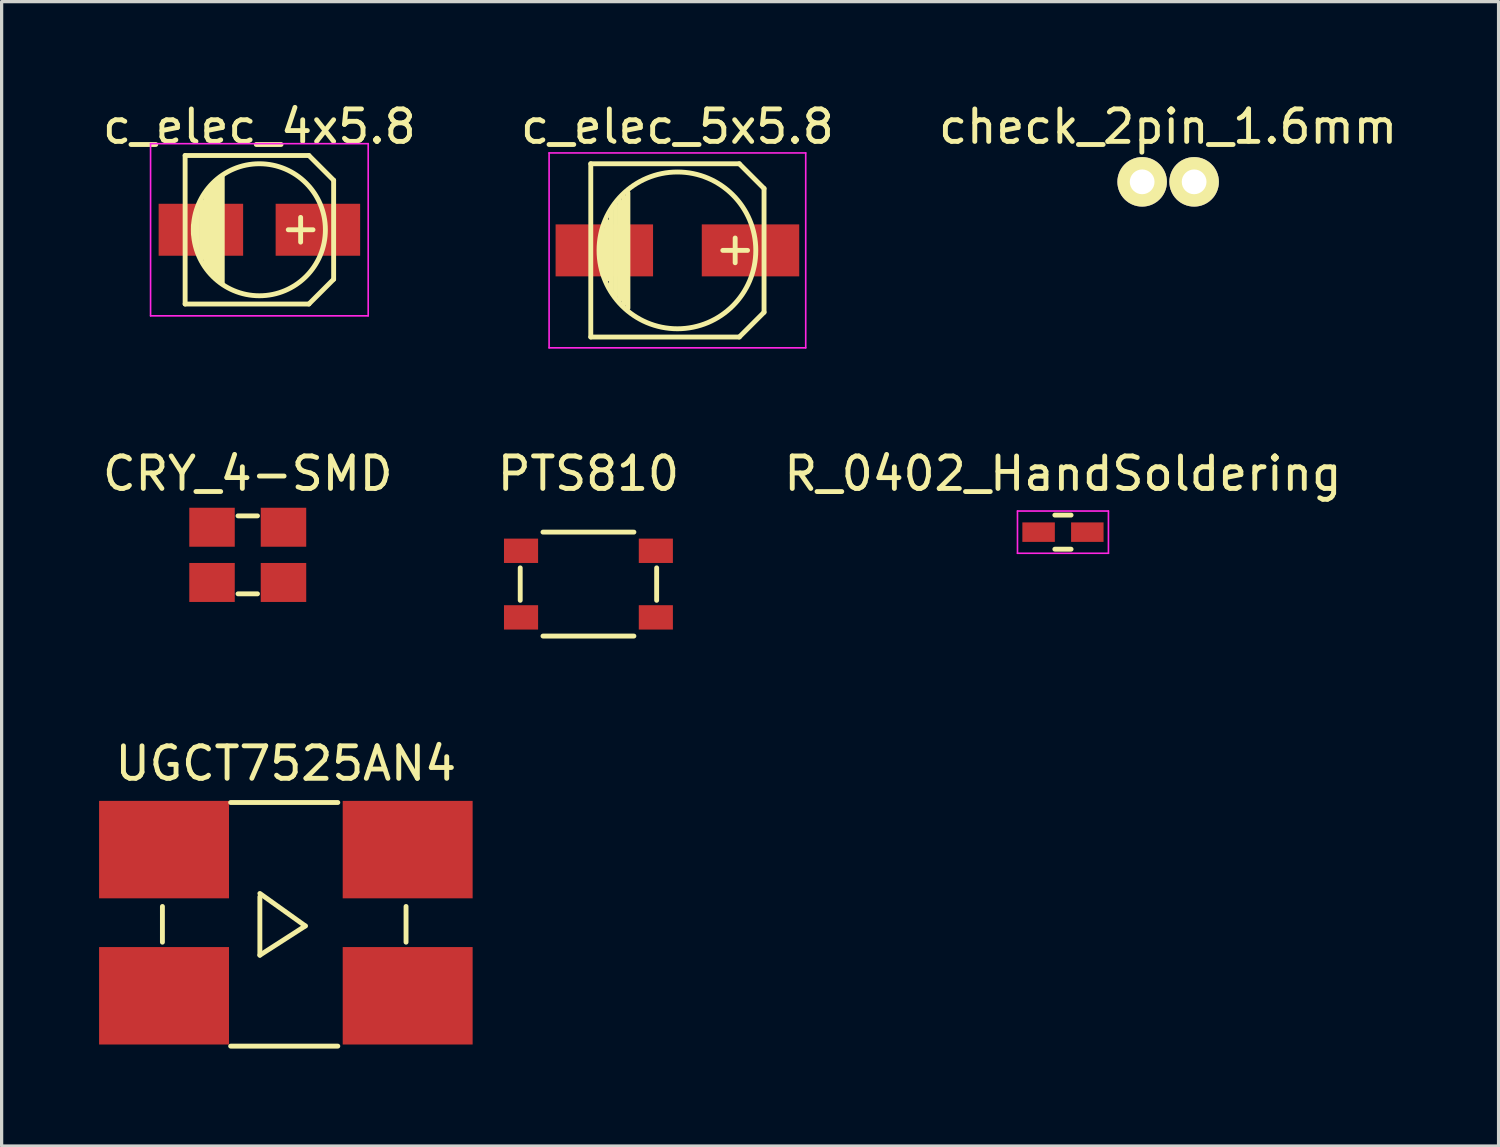
<source format=kicad_pcb>
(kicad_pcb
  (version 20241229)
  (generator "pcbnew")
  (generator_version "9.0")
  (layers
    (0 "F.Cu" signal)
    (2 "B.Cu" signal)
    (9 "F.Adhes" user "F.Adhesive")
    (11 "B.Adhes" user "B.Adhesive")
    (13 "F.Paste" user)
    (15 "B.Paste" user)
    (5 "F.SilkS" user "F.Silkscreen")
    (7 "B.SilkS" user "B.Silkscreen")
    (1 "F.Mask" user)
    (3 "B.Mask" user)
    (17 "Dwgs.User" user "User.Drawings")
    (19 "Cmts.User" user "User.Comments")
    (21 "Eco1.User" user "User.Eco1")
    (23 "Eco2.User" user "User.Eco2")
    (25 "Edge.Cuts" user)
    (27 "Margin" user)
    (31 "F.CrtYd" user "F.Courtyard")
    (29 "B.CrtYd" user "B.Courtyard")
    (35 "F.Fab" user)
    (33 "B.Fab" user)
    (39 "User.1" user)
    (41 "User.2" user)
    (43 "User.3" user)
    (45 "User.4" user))
  (footprint "PTS810"
    (layer "F.Cu")
    (at 15.065 14.931)
    (property "Reference" "PTS810" (at 0 -3.4 0) (layer "F.SilkS") (effects (font (size 1 1) (thickness 0.15))))
    (attr through_hole)
    (fp_line (start -2.1 -0.5) (end -2.1 0.5) (stroke (width 0.15) (type solid)) (layer "F.SilkS"))
    (fp_line (start -1.4 -1.6) (end 1.4 -1.6) (stroke (width 0.15) (type solid)) (layer "F.SilkS"))
    (fp_line (start -1.4 1.6) (end 1.4 1.6) (stroke (width 0.15) (type solid)) (layer "F.SilkS"))
    (fp_line (start 2.1 -0.5) (end 2.1 0.5) (stroke (width 0.15) (type solid)) (layer "F.SilkS"))
    (pad "1" smd rect (at -2.075 -1.025) (size 1.05 0.75) (layers "F.Cu" "F.Mask" "F.Paste"))
    (pad "1" smd rect (at 2.075 -1.025) (size 1.05 0.75) (layers "F.Cu" "F.Mask" "F.Paste"))
    (pad "2" smd rect (at -2.075 1.025) (size 1.05 0.75) (layers "F.Cu" "F.Mask" "F.Paste"))
    (pad "2" smd rect (at 2.075 1.025) (size 1.05 0.75) (layers "F.Cu" "F.Mask" "F.Paste")))
  (footprint "UGCT7525AN4"
    (layer "F.Cu")
    (at 5.75 25.355)
    (property "Reference" "UGCT7525AN4" (at 0 -4.9 0) (layer "F.SilkS") (effects (font (size 1 1) (thickness 0.15))))
    (attr through_hole)
    (fp_line (start -3.8 -0.5) (end -3.8 0.6) (stroke (width 0.15) (type solid)) (layer "F.SilkS"))
    (fp_line (start -1.7 -3.7) (end 1.6 -3.7) (stroke (width 0.15) (type solid)) (layer "F.SilkS"))
    (fp_line (start -1.7 3.8) (end 1.6 3.8) (stroke (width 0.15) (type solid)) (layer "F.SilkS"))
    (fp_line (start -0.8 1) (end -0.8 -0.8) (stroke (width 0.15) (type solid)) (layer "F.SilkS"))
    (fp_line (start 0.6 0.1) (end -0.8 -0.9) (stroke (width 0.15) (type solid)) (layer "F.SilkS"))
    (fp_line (start 0.6 0.1) (end -0.8 1) (stroke (width 0.15) (type solid)) (layer "F.SilkS"))
    (fp_line (start 3.7 -0.5) (end 3.7 0.6) (stroke (width 0.15) (type solid)) (layer "F.SilkS"))
    (pad "" smd rect (at 3.75 -2.25) (size 4 3) (layers "F.Cu" "F.Mask" "F.Paste"))
    (pad "" smd rect (at 3.75 2.25) (size 4 3) (layers "F.Cu" "F.Mask" "F.Paste"))
    (pad "1" smd rect (at -3.75 -2.25) (size 4 3) (layers "F.Cu" "F.Mask" "F.Paste"))
    (pad "2" smd rect (at -3.75 2.25) (size 4 3) (layers "F.Cu" "F.Mask" "F.Paste")))
  (footprint "CRY_4-SMD"
    (layer "F.Cu")
    (at 4.577 14.031)
    (property "Reference" "CRY_4-SMD" (at 0 -2.5 0) (layer "F.SilkS") (effects (font (size 1 1) (thickness 0.15))))
    (attr through_hole)
    (fp_line (start -0.3 -1.2) (end 0.3 -1.2) (stroke (width 0.15) (type solid)) (layer "F.SilkS"))
    (fp_line (start -0.3 1.2) (end 0.3 1.2) (stroke (width 0.15) (type solid)) (layer "F.SilkS"))
    (pad "" smd rect (at -1.1 -0.85) (size 1.4 1.2) (layers "F.Cu" "F.Mask" "F.Paste"))
    (pad "" smd rect (at 1.1 0.85) (size 1.4 1.2) (layers "F.Cu" "F.Mask" "F.Paste"))
    (pad "1" smd rect (at -1.1 0.85) (size 1.4 1.2) (layers "F.Cu" "F.Mask" "F.Paste"))
    (pad "2" smd rect (at 1.1 -0.85) (size 1.4 1.2) (layers "F.Cu" "F.Mask" "F.Paste")))
  (footprint "check_2pin_1.6mm"
    (layer "F.Cu")
    (at 32.911 2.548)
    (property "Reference" "check_2pin_1.6mm" (at 0 -1.7 0) (layer "F.SilkS") (effects (font (size 1 1) (thickness 0.15))))
    (attr through_hole)
    (pad "1" thru_hole circle (at -0.8 0) (size 1.524 1.524) (drill 0.762) (layers "*.Cu" "*.Mask" "F.SilkS"))
    (pad "2" thru_hole circle (at 0.8 0) (size 1.524 1.524) (drill 0.762) (layers "*.Cu" "*.Mask" "F.SilkS")))
  (footprint "c_elec_5x5.8"
    (layer "F.Cu")
    (at 17.804 4.658)
    (property "Reference" "c_elec_5x5.8" (at 0 -3.81 0) (layer "F.SilkS") (effects (font (size 1 1) (thickness 0.15))))
    (attr smd)
    (fp_line (start -2.667 -2.667) (end 1.905 -2.667) (stroke (width 0.15) (type solid)) (layer "F.SilkS"))
    (fp_line (start -2.667 2.667) (end -2.667 -2.667) (stroke (width 0.15) (type solid)) (layer "F.SilkS"))
    (fp_line (start -2.286 -0.635) (end -2.286 0.762) (stroke (width 0.15) (type solid)) (layer "F.SilkS"))
    (fp_line (start -2.159 -0.889) (end -2.159 0.889) (stroke (width 0.15) (type solid)) (layer "F.SilkS"))
    (fp_line (start -2.032 -1.27) (end -2.032 1.27) (stroke (width 0.15) (type solid)) (layer "F.SilkS"))
    (fp_line (start -1.905 1.397) (end -1.905 -1.397) (stroke (width 0.15) (type solid)) (layer "F.SilkS"))
    (fp_line (start -1.778 -1.524) (end -1.778 1.524) (stroke (width 0.15) (type solid)) (layer "F.SilkS"))
    (fp_line (start -1.651 1.651) (end -1.651 -1.651) (stroke (width 0.15) (type solid)) (layer "F.SilkS"))
    (fp_line (start -1.524 -1.778) (end -1.524 1.778) (stroke (width 0.15) (type solid)) (layer "F.SilkS"))
    (fp_line (start 1.778 -0.381) (end 1.778 0.381) (stroke (width 0.15) (type solid)) (layer "F.SilkS"))
    (fp_line (start 1.905 -2.667) (end 2.667 -1.905) (stroke (width 0.15) (type solid)) (layer "F.SilkS"))
    (fp_line (start 1.905 2.667) (end -2.667 2.667) (stroke (width 0.15) (type solid)) (layer "F.SilkS"))
    (fp_line (start 2.159 0) (end 1.397 0) (stroke (width 0.15) (type solid)) (layer "F.SilkS"))
    (fp_line (start 2.667 -1.905) (end 2.667 1.905) (stroke (width 0.15) (type solid)) (layer "F.SilkS"))
    (fp_line (start 2.667 1.905) (end 1.905 2.667) (stroke (width 0.15) (type solid)) (layer "F.SilkS"))
    (fp_circle (center 0 0) (end -2.413 0) (stroke (width 0.15) (type solid)) (fill no) (layer "F.SilkS"))
    (fp_line (start -3.95 -3) (end 3.95 -3) (stroke (width 0.05) (type solid)) (layer "F.CrtYd"))
    (fp_line (start -3.95 3) (end -3.95 -3) (stroke (width 0.05) (type solid)) (layer "F.CrtYd"))
    (fp_line (start 3.95 -3) (end 3.95 3) (stroke (width 0.05) (type solid)) (layer "F.CrtYd"))
    (fp_line (start 3.95 3) (end -3.95 3) (stroke (width 0.05) (type solid)) (layer "F.CrtYd"))
    (pad "1" smd rect (at 2.25 0) (size 3 1.6) (layers "F.Cu" "F.Mask" "F.Paste"))
    (pad "2" smd rect (at -2.25 0) (size 3 1.6) (layers "F.Cu" "F.Mask" "F.Paste")))
  (footprint "c_elec_4x5.8"
    (layer "F.Cu")
    (at 4.935 4.023)
    (property "Reference" "c_elec_4x5.8" (at 0 -3.175 0) (layer "F.SilkS") (effects (font (size 1 1) (thickness 0.15))))
    (attr smd)
    (fp_line (start -2.286 -2.286) (end -2.286 2.286) (stroke (width 0.15) (type solid)) (layer "F.SilkS"))
    (fp_line (start -2.032 0.127) (end -2.032 -0.127) (stroke (width 0.15) (type solid)) (layer "F.SilkS"))
    (fp_line (start -1.905 -0.635) (end -1.905 0.635) (stroke (width 0.15) (type solid)) (layer "F.SilkS"))
    (fp_line (start -1.778 0.889) (end -1.778 -0.889) (stroke (width 0.15) (type solid)) (layer "F.SilkS"))
    (fp_line (start -1.651 1.143) (end -1.651 -1.143) (stroke (width 0.15) (type solid)) (layer "F.SilkS"))
    (fp_line (start -1.524 -1.27) (end -1.524 1.27) (stroke (width 0.15) (type solid)) (layer "F.SilkS"))
    (fp_line (start -1.397 1.397) (end -1.397 -1.397) (stroke (width 0.15) (type solid)) (layer "F.SilkS"))
    (fp_line (start -1.27 -1.524) (end -1.27 1.524) (stroke (width 0.15) (type solid)) (layer "F.SilkS"))
    (fp_line (start -1.143 -1.651) (end -1.143 1.651) (stroke (width 0.15) (type solid)) (layer "F.SilkS"))
    (fp_line (start 1.27 -0.381) (end 1.27 0.381) (stroke (width 0.15) (type solid)) (layer "F.SilkS"))
    (fp_line (start 1.524 -2.286) (end -2.286 -2.286) (stroke (width 0.15) (type solid)) (layer "F.SilkS"))
    (fp_line (start 1.524 -2.286) (end 2.286 -1.524) (stroke (width 0.15) (type solid)) (layer "F.SilkS"))
    (fp_line (start 1.524 2.286) (end -2.286 2.286) (stroke (width 0.15) (type solid)) (layer "F.SilkS"))
    (fp_line (start 1.524 2.286) (end 2.286 1.524) (stroke (width 0.15) (type solid)) (layer "F.SilkS"))
    (fp_line (start 1.651 0) (end 0.889 0) (stroke (width 0.15) (type solid)) (layer "F.SilkS"))
    (fp_line (start 2.286 -1.524) (end 2.286 1.524) (stroke (width 0.15) (type solid)) (layer "F.SilkS"))
    (fp_circle (center 0 0) (end -2.032 0) (stroke (width 0.15) (type solid)) (fill no) (layer "F.SilkS"))
    (fp_line (start -3.35 -2.65) (end 3.35 -2.65) (stroke (width 0.05) (type solid)) (layer "F.CrtYd"))
    (fp_line (start -3.35 2.65) (end -3.35 -2.65) (stroke (width 0.05) (type solid)) (layer "F.CrtYd"))
    (fp_line (start 3.35 -2.65) (end 3.35 2.65) (stroke (width 0.05) (type solid)) (layer "F.CrtYd"))
    (fp_line (start 3.35 2.65) (end -3.35 2.65) (stroke (width 0.05) (type solid)) (layer "F.CrtYd"))
    (pad "1" smd rect (at 1.801 0) (size 2.601 1.6) (layers "F.Cu" "F.Mask" "F.Paste"))
    (pad "2" smd rect (at -1.801 0) (size 2.601 1.6) (layers "F.Cu" "F.Mask" "F.Paste")))
  (footprint "R_0402_HandSoldering"
    (layer "F.Cu")
    (at 29.673 13.332)
    (property "Reference" "R_0402_HandSoldering" (at 0 -1.8 0) (layer "F.SilkS") (effects (font (size 1 1) (thickness 0.15))))
    (attr smd)
    (fp_line (start -0.25 0.525) (end 0.25 0.525) (stroke (width 0.15) (type solid)) (layer "F.SilkS"))
    (fp_line (start 0.25 -0.525) (end -0.25 -0.525) (stroke (width 0.15) (type solid)) (layer "F.SilkS"))
    (fp_line (start -1.4 -0.65) (end -1.4 0.65) (stroke (width 0.05) (type solid)) (layer "F.CrtYd"))
    (fp_line (start -1.4 -0.65) (end 1.4 -0.65) (stroke (width 0.05) (type solid)) (layer "F.CrtYd"))
    (fp_line (start -1.4 0.65) (end 1.4 0.65) (stroke (width 0.05) (type solid)) (layer "F.CrtYd"))
    (fp_line (start 1.4 -0.65) (end 1.4 0.65) (stroke (width 0.05) (type solid)) (layer "F.CrtYd"))
    (pad "1" smd rect (at -0.75 0) (size 1 0.6) (layers "F.Cu" "F.Mask" "F.Paste"))
    (pad "2" smd rect (at 0.75 0) (size 1 0.6) (layers "F.Cu" "F.Mask" "F.Paste")))
  (gr_rect
    (start -3 -3)
    (end 43.083 32.23)
    (stroke (width 0.1) (type default))
    (fill no)
    (layer "Edge.Cuts")))
</source>
